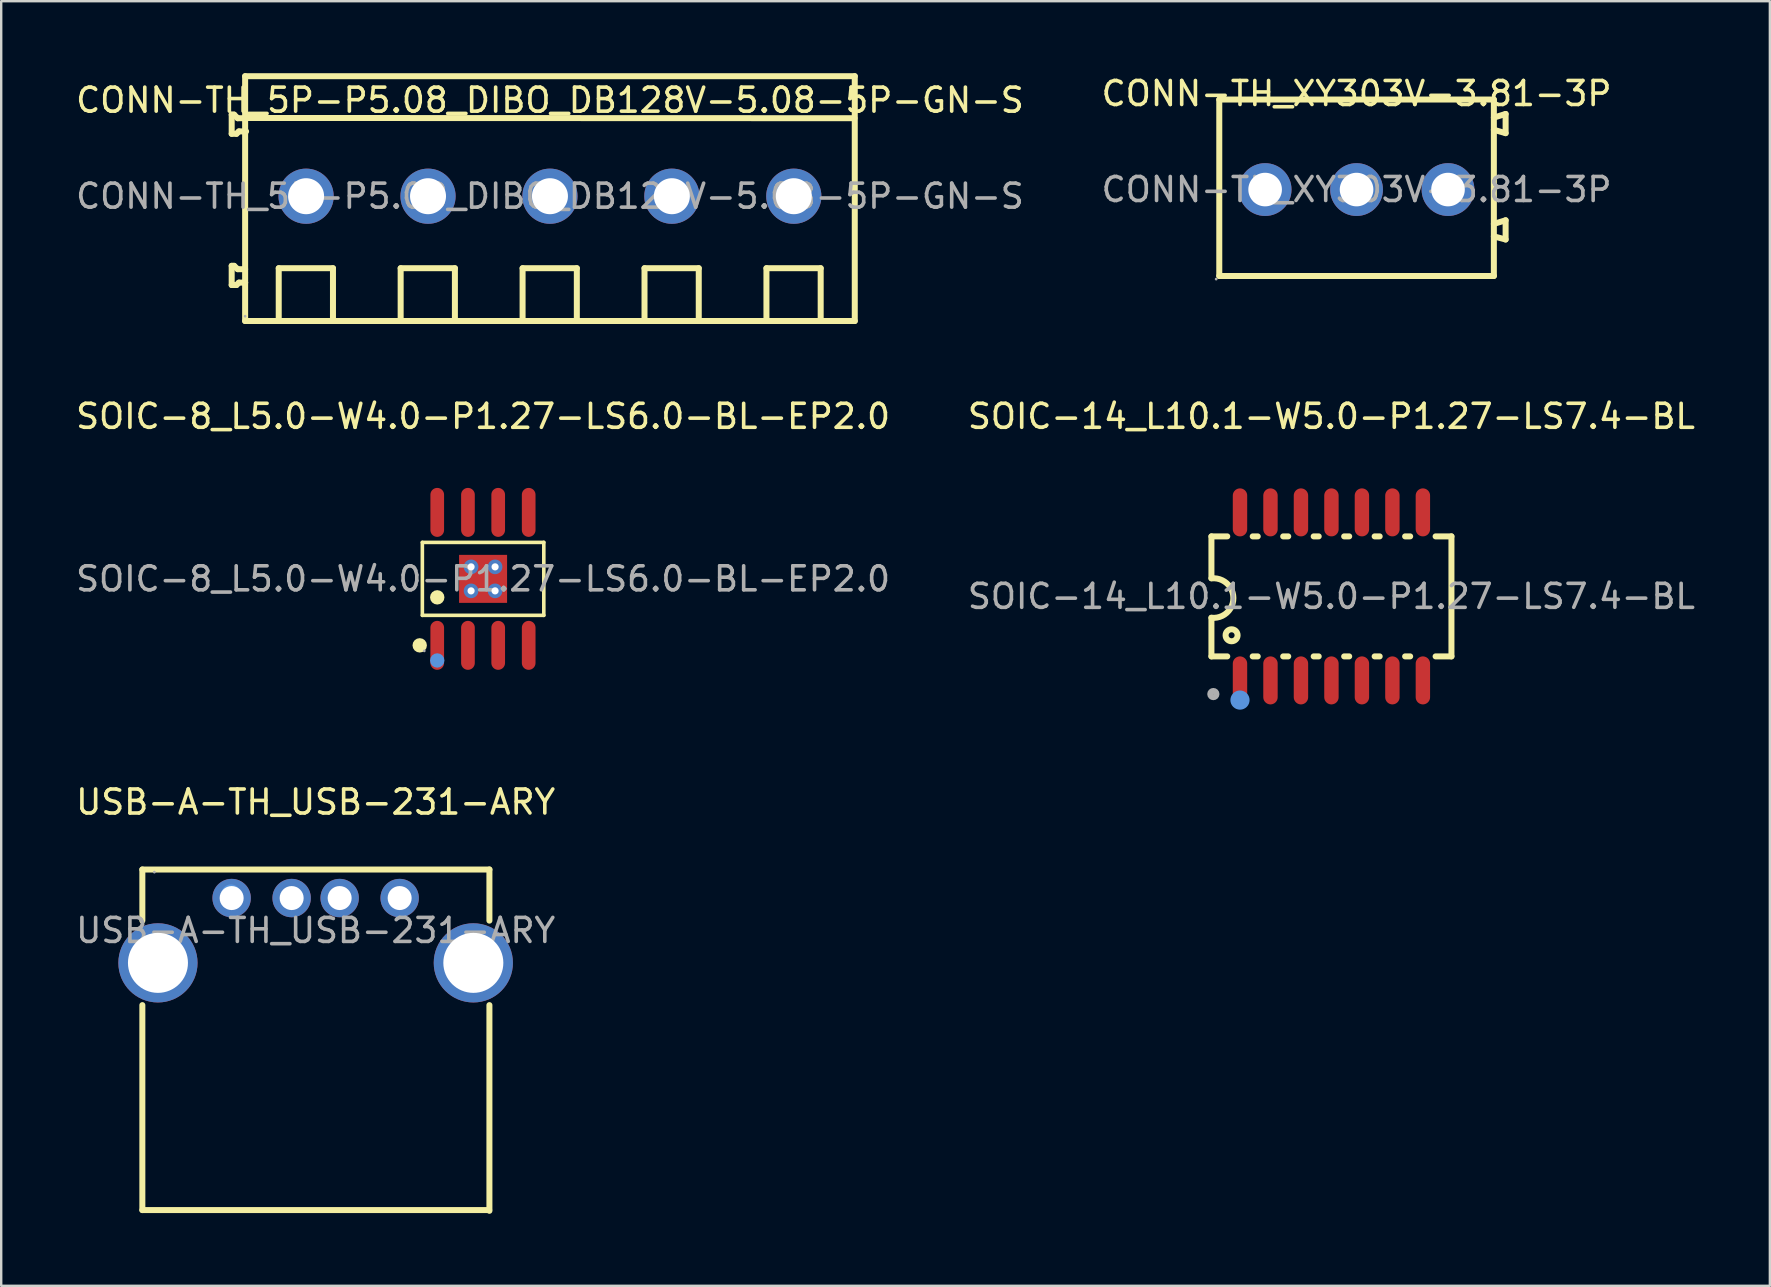
<source format=kicad_pcb>
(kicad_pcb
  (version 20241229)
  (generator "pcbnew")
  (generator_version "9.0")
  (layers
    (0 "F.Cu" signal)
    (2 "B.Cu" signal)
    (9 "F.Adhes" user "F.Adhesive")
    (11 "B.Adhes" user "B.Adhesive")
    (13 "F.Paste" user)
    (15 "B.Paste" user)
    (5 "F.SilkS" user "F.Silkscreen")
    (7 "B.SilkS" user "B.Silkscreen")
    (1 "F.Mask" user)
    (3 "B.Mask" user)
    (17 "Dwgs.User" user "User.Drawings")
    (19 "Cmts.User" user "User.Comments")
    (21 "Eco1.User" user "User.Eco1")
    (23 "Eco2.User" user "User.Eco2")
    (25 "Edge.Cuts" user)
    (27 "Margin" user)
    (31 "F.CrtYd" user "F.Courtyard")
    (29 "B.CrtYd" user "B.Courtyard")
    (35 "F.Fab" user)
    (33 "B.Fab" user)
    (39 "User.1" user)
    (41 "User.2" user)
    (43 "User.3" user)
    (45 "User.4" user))
  (footprint "SOIC-14_L10.1-W5.0-P1.27-LS7.4-BL"
    (layer "F.Cu")
    (at 52.423 21.798)
    (property "Reference" "SOIC-14_L10.1-W5.0-P1.27-LS7.4-BL" (at 0 -7.5 0) (layer "F.SilkS") (effects (font (size 1 1) (thickness 0.15))))
    (attr smd)
    (fp_line (start -5 -2.5) (end -5 -0.76) (stroke (width 0.25) (type solid)) (layer "F.SilkS"))
    (fp_line (start -5 -2.5) (end -4.34 -2.5) (stroke (width 0.25) (type solid)) (layer "F.SilkS"))
    (fp_line (start -5 2.5) (end -5 0.89) (stroke (width 0.25) (type solid)) (layer "F.SilkS"))
    (fp_line (start -5 2.5) (end -4.34 2.5) (stroke (width 0.25) (type solid)) (layer "F.SilkS"))
    (fp_line (start -3.28 -2.5) (end -3.07 -2.5) (stroke (width 0.25) (type solid)) (layer "F.SilkS"))
    (fp_line (start -3.28 2.5) (end -3.07 2.5) (stroke (width 0.25) (type solid)) (layer "F.SilkS"))
    (fp_line (start -2.01 -2.5) (end -1.8 -2.5) (stroke (width 0.25) (type solid)) (layer "F.SilkS"))
    (fp_line (start -2.01 2.5) (end -1.8 2.5) (stroke (width 0.25) (type solid)) (layer "F.SilkS"))
    (fp_line (start -0.74 -2.5) (end -0.53 -2.5) (stroke (width 0.25) (type solid)) (layer "F.SilkS"))
    (fp_line (start -0.74 2.5) (end -0.53 2.5) (stroke (width 0.25) (type solid)) (layer "F.SilkS"))
    (fp_line (start 0.53 -2.5) (end 0.74 -2.5) (stroke (width 0.25) (type solid)) (layer "F.SilkS"))
    (fp_line (start 0.53 2.5) (end 0.74 2.5) (stroke (width 0.25) (type solid)) (layer "F.SilkS"))
    (fp_line (start 1.8 -2.5) (end 2.01 -2.5) (stroke (width 0.25) (type solid)) (layer "F.SilkS"))
    (fp_line (start 1.8 2.5) (end 2.01 2.5) (stroke (width 0.25) (type solid)) (layer "F.SilkS"))
    (fp_line (start 3.07 -2.5) (end 3.28 -2.5) (stroke (width 0.25) (type solid)) (layer "F.SilkS"))
    (fp_line (start 3.07 2.5) (end 3.28 2.5) (stroke (width 0.25) (type solid)) (layer "F.SilkS"))
    (fp_line (start 4.34 -2.5) (end 5 -2.5) (stroke (width 0.25) (type solid)) (layer "F.SilkS"))
    (fp_line (start 4.34 2.5) (end 5 2.5) (stroke (width 0.25) (type solid)) (layer "F.SilkS"))
    (fp_line (start 5 -2.5) (end 5 2.5) (stroke (width 0.25) (type solid)) (layer "F.SilkS"))
    (fp_arc (start -5.000759 -0.749916) (mid -4.085076 0.069618) (end -5 0.89) (stroke (width 0.25) (type solid)) (layer "F.SilkS"))
    (fp_circle (center -4.16 1.62) (end -3.91 1.62) (stroke (width 0.25) (type solid)) (fill no) (layer "F.SilkS"))
    (fp_circle (center -3.81 4.32) (end -3.61 4.32) (stroke (width 0.4) (type solid)) (fill no) (layer "Cmts.User"))
    (fp_circle (center -4.92 4.07) (end -4.79 4.07) (stroke (width 0.25) (type solid)) (fill no) (layer "F.Fab"))
    (fp_text user "${REFERENCE}" (at 0 0 0) (layer "F.Fab") (effects (font (size 1 1) (thickness 0.15))))
    (pad "1" smd oval (at -3.81 3.5) (size 0.6 2) (layers "F.Cu" "F.Mask" "F.Paste"))
    (pad "2" smd oval (at -2.54 3.5) (size 0.6 2) (layers "F.Cu" "F.Mask" "F.Paste"))
    (pad "3" smd oval (at -1.27 3.5) (size 0.6 2) (layers "F.Cu" "F.Mask" "F.Paste"))
    (pad "4" smd oval (at 0 3.5) (size 0.6 2) (layers "F.Cu" "F.Mask" "F.Paste"))
    (pad "5" smd oval (at 1.27 3.5) (size 0.6 2) (layers "F.Cu" "F.Mask" "F.Paste"))
    (pad "6" smd oval (at 2.54 3.5) (size 0.6 2) (layers "F.Cu" "F.Mask" "F.Paste"))
    (pad "7" smd oval (at 3.81 3.5) (size 0.6 2) (layers "F.Cu" "F.Mask" "F.Paste"))
    (pad "8" smd oval (at 3.81 -3.5 180) (size 0.6 2) (layers "F.Cu" "F.Mask" "F.Paste"))
    (pad "9" smd oval (at 2.54 -3.5 180) (size 0.6 2) (layers "F.Cu" "F.Mask" "F.Paste"))
    (pad "10" smd oval (at 1.27 -3.5 180) (size 0.6 2) (layers "F.Cu" "F.Mask" "F.Paste"))
    (pad "11" smd oval (at 0 -3.5 180) (size 0.6 2) (layers "F.Cu" "F.Mask" "F.Paste"))
    (pad "12" smd oval (at -1.27 -3.5 180) (size 0.6 2) (layers "F.Cu" "F.Mask" "F.Paste"))
    (pad "13" smd oval (at -2.54 -3.5 180) (size 0.6 2) (layers "F.Cu" "F.Mask" "F.Paste"))
    (pad "14" smd oval (at -3.81 -3.5 180) (size 0.6 2) (layers "F.Cu" "F.Mask" "F.Paste")))
  (footprint "CONN-TH_XY303V-3.81-3P"
    (layer "F.Cu")
    (at 53.47 4.848)
    (property "Reference" "CONN-TH_XY303V-3.81-3P" (at 0 -4 0) (layer "F.SilkS") (effects (font (size 1 1) (thickness 0.15))))
    (attr through_hole)
    (fp_line (start -5.72 -3.75) (end -5.72 3.6) (stroke (width 0.25) (type solid)) (layer "F.SilkS"))
    (fp_line (start -5.72 -3.75) (end 5.72 -3.75) (stroke (width 0.25) (type solid)) (layer "F.SilkS"))
    (fp_line (start -5.72 3.6) (end 5.72 3.6) (stroke (width 0.25) (type solid)) (layer "F.SilkS"))
    (fp_line (start 5.72 -3.75) (end 5.72 3.6) (stroke (width 0.25) (type solid)) (layer "F.SilkS"))
    (fp_line (start 5.72 -3) (end 6.21 -3.15) (stroke (width 0.25) (type solid)) (layer "F.SilkS"))
    (fp_line (start 5.72 1.43) (end 6.21 1.28) (stroke (width 0.25) (type solid)) (layer "F.SilkS"))
    (fp_line (start 6.21 -3.15) (end 6.21 -2.35) (stroke (width 0.25) (type solid)) (layer "F.SilkS"))
    (fp_line (start 6.21 -2.35) (end 5.72 -2.49) (stroke (width 0.25) (type solid)) (layer "F.SilkS"))
    (fp_line (start 6.21 1.28) (end 6.21 2.08) (stroke (width 0.25) (type solid)) (layer "F.SilkS"))
    (fp_line (start 6.21 2.08) (end 5.72 1.95) (stroke (width 0.25) (type solid)) (layer "F.SilkS"))
    (fp_circle (center -5.85 3.73) (end -5.82 3.73) (stroke (width 0.06) (type solid)) (fill no) (layer "F.Fab"))
    (fp_circle (center -3.81 0) (end -3.51 0) (stroke (width 0.6) (type solid)) (fill no) (layer "F.Fab"))
    (fp_circle (center 0 0) (end 0.3 0) (stroke (width 0.6) (type solid)) (fill no) (layer "F.Fab"))
    (fp_circle (center 3.81 0) (end 4.11 0) (stroke (width 0.6) (type solid)) (fill no) (layer "F.Fab"))
    (fp_text user "${REFERENCE}" (at 0 0 0) (layer "F.Fab") (effects (font (size 1 1) (thickness 0.15))))
    (pad "1" thru_hole circle (at -3.81 0) (size 2.2 2.2) (drill 1.4) (layers "*.Cu" "*.Mask"))
    (pad "2" thru_hole circle (at 0 0) (size 2.2 2.2) (drill 1.4) (layers "*.Cu" "*.Mask"))
    (pad "3" thru_hole circle (at 3.81 0) (size 2.2 2.2) (drill 1.4) (layers "*.Cu" "*.Mask")))
  (footprint "USB-A-TH_USB-231-ARY"
    (layer "F.Cu")
    (at 10.101 35.717)
    (property "Reference" "USB-A-TH_USB-231-ARY" (at 0 -5.35 0) (layer "F.SilkS") (effects (font (size 1 1) (thickness 0.15))))
    (attr through_hole)
    (fp_line (start -7.22 -2.54) (end 7.24 -2.54) (stroke (width 0.25) (type solid)) (layer "F.SilkS"))
    (fp_line (start -7.22 -0.41) (end -7.22 -2.54) (stroke (width 0.25) (type solid)) (layer "F.SilkS"))
    (fp_line (start -7.22 11.65) (end -7.22 3.11) (stroke (width 0.25) (type solid)) (layer "F.SilkS"))
    (fp_line (start 7.23 11.65) (end -7.22 11.65) (stroke (width 0.25) (type solid)) (layer "F.SilkS"))
    (fp_line (start 7.24 -2.54) (end 7.24 -0.41) (stroke (width 0.25) (type solid)) (layer "F.SilkS"))
    (fp_line (start 7.24 3.11) (end 7.24 11.68) (stroke (width 0.25) (type solid)) (layer "F.SilkS"))
    (fp_circle (center -3.53 -1.52) (end -3.33 -1.52) (stroke (width 0.4) (type solid)) (fill no) (layer "Cmts.User"))
    (fp_circle (center -6.72 -2.43) (end -6.69 -2.43) (stroke (width 0.06) (type solid)) (fill no) (layer "F.Fab"))
    (fp_text user "${REFERENCE}" (at 0 0 0) (layer "F.Fab") (effects (font (size 1 1) (thickness 0.15))))
    (pad "1" thru_hole circle (at -3.5 -1.35) (size 1.6 1.6) (drill 1) (layers "*.Cu" "*.Mask"))
    (pad "2" thru_hole circle (at -1 -1.35) (size 1.6 1.6) (drill 1) (layers "*.Cu" "*.Mask"))
    (pad "3" thru_hole circle (at 1 -1.35) (size 1.6 1.6) (drill 1) (layers "*.Cu" "*.Mask"))
    (pad "4" thru_hole circle (at 3.5 -1.35) (size 1.6 1.6) (drill 1) (layers "*.Cu" "*.Mask"))
    (pad "5" thru_hole circle (at -6.57 1.35) (size 3.3 3.3) (drill 2.5) (layers "*.Cu" "*.Mask"))
    (pad "6" thru_hole circle (at 6.57 1.35) (size 3.3 3.3) (drill 2.5) (layers "*.Cu" "*.Mask")))
  (footprint "CONN-TH_5P-P5.08_DIBO_DB128V-5.08-5P-GN-S"
    (layer "F.Cu")
    (at 19.863 5.125)
    (property "Reference" "CONN-TH_5P-P5.08_DIBO_DB128V-5.08-5P-GN-S" (at 0 -4 0) (layer "F.SilkS") (effects (font (size 1 1) (thickness 0.15))))
    (attr through_hole)
    (fp_line (start -13.26 -3.4) (end -13.26 -2.6) (stroke (width 0.25) (type solid)) (layer "F.SilkS"))
    (fp_line (start -13.26 -2.6) (end -13.06 -2.6) (stroke (width 0.25) (type solid)) (layer "F.SilkS"))
    (fp_line (start -13.26 2.9) (end -13.26 3.7) (stroke (width 0.25) (type solid)) (layer "F.SilkS"))
    (fp_line (start -13.26 3.7) (end -13.06 3.7) (stroke (width 0.25) (type solid)) (layer "F.SilkS"))
    (fp_line (start -13.16 -3.4) (end -13.26 -3.4) (stroke (width 0.25) (type solid)) (layer "F.SilkS"))
    (fp_line (start -13.16 2.9) (end -13.26 2.9) (stroke (width 0.25) (type solid)) (layer "F.SilkS"))
    (fp_line (start -13.06 -2.6) (end -12.96 -2.7) (stroke (width 0.25) (type solid)) (layer "F.SilkS"))
    (fp_line (start -13.06 3.7) (end -12.96 3.6) (stroke (width 0.25) (type solid)) (layer "F.SilkS"))
    (fp_line (start -13.01 -3.25) (end -13.16 -3.4) (stroke (width 0.25) (type solid)) (layer "F.SilkS"))
    (fp_line (start -13.01 3.04) (end -13.16 2.9) (stroke (width 0.25) (type solid)) (layer "F.SilkS"))
    (fp_line (start -12.96 -2.7) (end -12.7 -2.7) (stroke (width 0.25) (type solid)) (layer "F.SilkS"))
    (fp_line (start -12.96 3.6) (end -12.7 3.6) (stroke (width 0.25) (type solid)) (layer "F.SilkS"))
    (fp_line (start -12.71 -3.26) (end 12.69 -3.25) (stroke (width 0.25) (type solid)) (layer "F.SilkS"))
    (fp_line (start -12.7 -5) (end -12.7 5.2) (stroke (width 0.25) (type solid)) (layer "F.SilkS"))
    (fp_line (start -12.7 -5) (end 12.7 -5) (stroke (width 0.25) (type solid)) (layer "F.SilkS"))
    (fp_line (start -12.7 -3.25) (end -13.01 -3.25) (stroke (width 0.25) (type solid)) (layer "F.SilkS"))
    (fp_line (start -12.7 -2.7) (end -12.66 -2.7) (stroke (width 0.25) (type solid)) (layer "F.SilkS"))
    (fp_line (start -12.7 3.04) (end -13.01 3.04) (stroke (width 0.25) (type solid)) (layer "F.SilkS"))
    (fp_line (start -12.7 3.6) (end -12.76 3.6) (stroke (width 0.25) (type solid)) (layer "F.SilkS"))
    (fp_line (start -12.7 5.2) (end 12.7 5.2) (stroke (width 0.25) (type solid)) (layer "F.SilkS"))
    (fp_line (start -11.3 3) (end -9.04 3) (stroke (width 0.25) (type solid)) (layer "F.SilkS"))
    (fp_line (start -11.3 5.07) (end -11.3 3) (stroke (width 0.25) (type solid)) (layer "F.SilkS"))
    (fp_line (start -9.04 3) (end -9.04 5.2) (stroke (width 0.25) (type solid)) (layer "F.SilkS"))
    (fp_line (start -6.22 3) (end -3.96 3) (stroke (width 0.25) (type solid)) (layer "F.SilkS"))
    (fp_line (start -6.22 5.07) (end -6.22 3) (stroke (width 0.25) (type solid)) (layer "F.SilkS"))
    (fp_line (start -3.96 3) (end -3.96 5.2) (stroke (width 0.25) (type solid)) (layer "F.SilkS"))
    (fp_line (start -1.14 3) (end 1.12 3) (stroke (width 0.25) (type solid)) (layer "F.SilkS"))
    (fp_line (start -1.14 5.07) (end -1.14 3) (stroke (width 0.25) (type solid)) (layer "F.SilkS"))
    (fp_line (start 1.12 3) (end 1.12 5.2) (stroke (width 0.25) (type solid)) (layer "F.SilkS"))
    (fp_line (start 3.94 3) (end 6.2 3) (stroke (width 0.25) (type solid)) (layer "F.SilkS"))
    (fp_line (start 3.94 5.07) (end 3.94 3) (stroke (width 0.25) (type solid)) (layer "F.SilkS"))
    (fp_line (start 6.2 3) (end 6.2 5.2) (stroke (width 0.25) (type solid)) (layer "F.SilkS"))
    (fp_line (start 9.02 3) (end 11.28 3) (stroke (width 0.25) (type solid)) (layer "F.SilkS"))
    (fp_line (start 9.02 5.07) (end 9.02 3) (stroke (width 0.25) (type solid)) (layer "F.SilkS"))
    (fp_line (start 11.28 3) (end 11.28 5.2) (stroke (width 0.25) (type solid)) (layer "F.SilkS"))
    (fp_line (start 12.7 -5) (end 12.7 5.2) (stroke (width 0.25) (type solid)) (layer "F.SilkS"))
    (fp_circle (center -12.7 5) (end -12.67 5) (stroke (width 0.06) (type solid)) (fill no) (layer "F.Fab"))
    (fp_text user "${REFERENCE}" (at 0 0 0) (layer "F.Fab") (effects (font (size 1 1) (thickness 0.15))))
    (pad "1" thru_hole circle (at -10.16 0) (size 2.3 2.3) (drill 1.5) (layers "*.Cu" "*.Mask"))
    (pad "2" thru_hole circle (at -5.08 0) (size 2.3 2.3) (drill 1.5) (layers "*.Cu" "*.Mask"))
    (pad "3" thru_hole circle (at 0 0) (size 2.3 2.3) (drill 1.5) (layers "*.Cu" "*.Mask"))
    (pad "4" thru_hole circle (at 5.08 0) (size 2.3 2.3) (drill 1.5) (layers "*.Cu" "*.Mask"))
    (pad "5" thru_hole circle (at 10.16 0) (size 2.3 2.3) (drill 1.5) (layers "*.Cu" "*.Mask")))
  (footprint "SOIC-8_L5.0-W4.0-P1.27-LS6.0-BL-EP2.0"
    (layer "F.Cu")
    (at 17.077 21.068)
    (property "Reference" "SOIC-8_L5.0-W4.0-P1.27-LS6.0-BL-EP2.0" (at 0 -6.77 0) (layer "F.SilkS") (effects (font (size 1 1) (thickness 0.15))))
    (attr smd)
    (fp_line (start -2.53 -1.52) (end 2.53 -1.52) (stroke (width 0.15) (type solid)) (layer "F.SilkS"))
    (fp_line (start -2.53 1.52) (end -2.53 -1.52) (stroke (width 0.15) (type solid)) (layer "F.SilkS"))
    (fp_line (start 2.53 -1.52) (end 2.53 1.52) (stroke (width 0.15) (type solid)) (layer "F.SilkS"))
    (fp_line (start 2.53 1.52) (end -2.53 1.52) (stroke (width 0.15) (type solid)) (layer "F.SilkS"))
    (fp_circle (center -2.64 2.77) (end -2.49 2.77) (stroke (width 0.3) (type solid)) (fill no) (layer "F.SilkS"))
    (fp_circle (center -1.91 0.77) (end -1.76 0.77) (stroke (width 0.3) (type solid)) (fill no) (layer "F.SilkS"))
    (fp_circle (center -1.91 3.4) (end -1.76 3.4) (stroke (width 0.3) (type solid)) (fill no) (layer "Cmts.User"))
    (fp_circle (center -2.45 3) (end -2.42 3) (stroke (width 0.06) (type solid)) (fill no) (layer "F.Fab"))
    (fp_text user "${REFERENCE}" (at 0 0 0) (layer "F.Fab") (effects (font (size 1 1) (thickness 0.15))))
    (pad "1" smd oval (at -1.91 2.77) (size 0.57 2.04) (layers "F.Cu" "F.Mask" "F.Paste"))
    (pad "2" smd oval (at -0.63 2.77) (size 0.57 2.04) (layers "F.Cu" "F.Mask" "F.Paste"))
    (pad "3" smd oval (at 0.63 2.77) (size 0.57 2.04) (layers "F.Cu" "F.Mask" "F.Paste"))
    (pad "4" smd oval (at 1.9 2.77) (size 0.57 2.04) (layers "F.Cu" "F.Mask" "F.Paste"))
    (pad "5" smd oval (at 1.9 -2.77) (size 0.57 2.04) (layers "F.Cu" "F.Mask" "F.Paste"))
    (pad "6" smd oval (at 0.63 -2.77) (size 0.57 2.04) (layers "F.Cu" "F.Mask" "F.Paste"))
    (pad "7" smd oval (at -0.63 -2.77) (size 0.57 2.04) (layers "F.Cu" "F.Mask" "F.Paste"))
    (pad "8" smd oval (at -1.91 -2.77) (size 0.57 2.04) (layers "F.Cu" "F.Mask" "F.Paste"))
    (pad "9" thru_hole circle (at -0.5 -0.5) (size 0.61 0.61) (drill 0.3) (layers "*.Cu" "*.Paste" "*.Mask"))
    (pad "9" thru_hole circle (at -0.5 0.5) (size 0.61 0.61) (drill 0.3) (layers "*.Cu" "*.Paste" "*.Mask"))
    (pad "9" smd rect (at 0 0) (size 2 2) (layers "F.Cu" "F.Mask" "F.Paste"))
    (pad "9" thru_hole circle (at 0.5 -0.5) (size 0.61 0.61) (drill 0.3) (layers "*.Cu" "*.Paste" "*.Mask"))
    (pad "9" thru_hole circle (at 0.5 0.5) (size 0.61 0.61) (drill 0.3) (layers "*.Cu" "*.Paste" "*.Mask")))
  (gr_rect
    (start -3 -3)
    (end 70.69 50.522)
    (stroke (width 0.1) (type default))
    (fill no)
    (layer "Edge.Cuts")))
</source>
